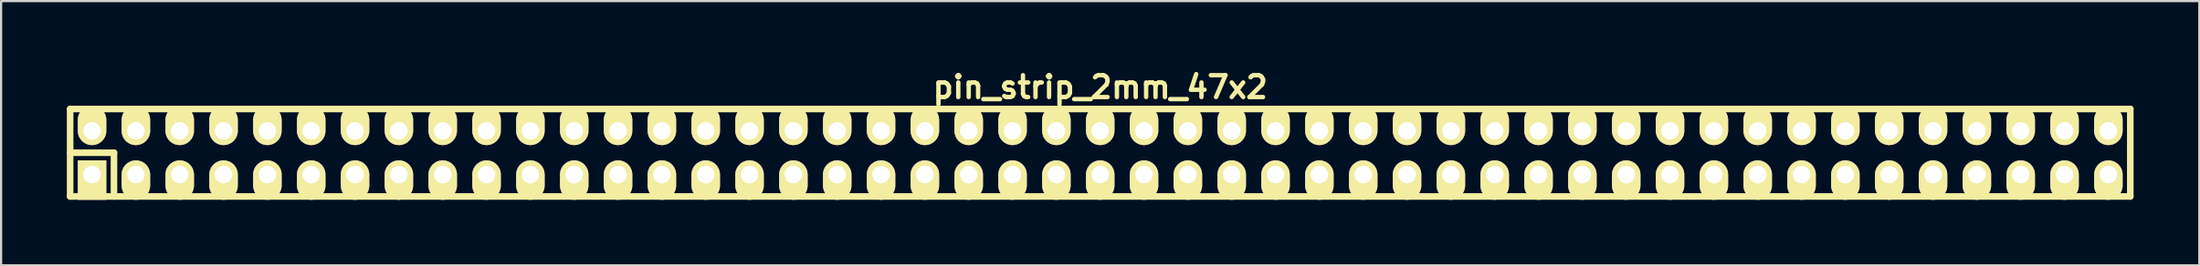
<source format=kicad_pcb>
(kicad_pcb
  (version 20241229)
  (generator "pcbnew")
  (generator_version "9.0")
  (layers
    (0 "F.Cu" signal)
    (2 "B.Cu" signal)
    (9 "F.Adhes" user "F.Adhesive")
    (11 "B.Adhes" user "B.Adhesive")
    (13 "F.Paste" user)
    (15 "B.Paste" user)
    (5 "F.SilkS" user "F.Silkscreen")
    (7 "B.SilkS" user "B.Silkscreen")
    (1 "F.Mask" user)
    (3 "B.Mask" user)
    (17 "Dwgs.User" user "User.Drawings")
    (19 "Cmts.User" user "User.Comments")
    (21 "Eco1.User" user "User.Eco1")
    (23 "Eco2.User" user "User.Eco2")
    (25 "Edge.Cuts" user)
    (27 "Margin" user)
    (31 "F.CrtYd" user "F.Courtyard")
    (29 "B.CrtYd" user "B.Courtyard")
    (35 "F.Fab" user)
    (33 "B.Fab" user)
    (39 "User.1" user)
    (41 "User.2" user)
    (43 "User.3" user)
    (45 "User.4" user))
  (footprint "pin_strip_2mm_47x2"
    (layer "F.Cu")
    (at 47.15 3.936)
    (property "Reference" "pin_strip_2mm_47x2" (at 0 -3 0) (layer "F.SilkS") (effects (font (size 1 1) (thickness 0.2))))
    (attr through_hole)
    (fp_line (start -47 -2) (end 47 -2) (stroke (width 0.3) (type solid)) (layer "F.SilkS"))
    (fp_line (start -47 0) (end -45 0) (stroke (width 0.3) (type solid)) (layer "F.SilkS"))
    (fp_line (start -47 2) (end -47 -2) (stroke (width 0.3) (type solid)) (layer "F.SilkS"))
    (fp_line (start -45 0) (end -45 2) (stroke (width 0.3) (type solid)) (layer "F.SilkS"))
    (fp_line (start 47 -2) (end 47 2) (stroke (width 0.3) (type solid)) (layer "F.SilkS"))
    (fp_line (start 47 2) (end -47 2) (stroke (width 0.3) (type solid)) (layer "F.SilkS"))
    (pad "1" thru_hole rect (at -46 1) (size 1.3 1.8) (drill 0.8 (offset 0 0.25)) (layers "*.Cu" "*.Mask" "F.SilkS"))
    (pad "2" thru_hole oval (at -46 -1) (size 1.3 1.8) (drill 0.8 (offset 0 -0.25)) (layers "*.Cu" "*.Mask" "F.SilkS"))
    (pad "3" thru_hole oval (at -44 1) (size 1.3 1.8) (drill 0.8 (offset 0 0.25)) (layers "*.Cu" "*.Mask" "F.SilkS"))
    (pad "4" thru_hole oval (at -44 -1) (size 1.3 1.8) (drill 0.8 (offset 0 -0.25)) (layers "*.Cu" "*.Mask" "F.SilkS"))
    (pad "5" thru_hole oval (at -42 1) (size 1.3 1.8) (drill 0.8 (offset 0 0.25)) (layers "*.Cu" "*.Mask" "F.SilkS"))
    (pad "6" thru_hole oval (at -42 -1) (size 1.3 1.8) (drill 0.8 (offset 0 -0.25)) (layers "*.Cu" "*.Mask" "F.SilkS"))
    (pad "7" thru_hole oval (at -40 1) (size 1.3 1.8) (drill 0.8 (offset 0 0.25)) (layers "*.Cu" "*.Mask" "F.SilkS"))
    (pad "8" thru_hole oval (at -40 -1) (size 1.3 1.8) (drill 0.8 (offset 0 -0.25)) (layers "*.Cu" "*.Mask" "F.SilkS"))
    (pad "9" thru_hole oval (at -38 1) (size 1.3 1.8) (drill 0.8 (offset 0 0.25)) (layers "*.Cu" "*.Mask" "F.SilkS"))
    (pad "10" thru_hole oval (at -38 -1) (size 1.3 1.8) (drill 0.8 (offset 0 -0.25)) (layers "*.Cu" "*.Mask" "F.SilkS"))
    (pad "11" thru_hole oval (at -36 1) (size 1.3 1.8) (drill 0.8 (offset 0 0.25)) (layers "*.Cu" "*.Mask" "F.SilkS"))
    (pad "12" thru_hole oval (at -36 -1) (size 1.3 1.8) (drill 0.8 (offset 0 -0.25)) (layers "*.Cu" "*.Mask" "F.SilkS"))
    (pad "13" thru_hole oval (at -34 1) (size 1.3 1.8) (drill 0.8 (offset 0 0.25)) (layers "*.Cu" "*.Mask" "F.SilkS"))
    (pad "14" thru_hole oval (at -34 -1) (size 1.3 1.8) (drill 0.8 (offset 0 -0.25)) (layers "*.Cu" "*.Mask" "F.SilkS"))
    (pad "15" thru_hole oval (at -32 1) (size 1.3 1.8) (drill 0.8 (offset 0 0.25)) (layers "*.Cu" "*.Mask" "F.SilkS"))
    (pad "16" thru_hole oval (at -32 -1) (size 1.3 1.8) (drill 0.8 (offset 0 -0.25)) (layers "*.Cu" "*.Mask" "F.SilkS"))
    (pad "17" thru_hole oval (at -30 1) (size 1.3 1.8) (drill 0.8 (offset 0 0.25)) (layers "*.Cu" "*.Mask" "F.SilkS"))
    (pad "18" thru_hole oval (at -30 -1) (size 1.3 1.8) (drill 0.8 (offset 0 -0.25)) (layers "*.Cu" "*.Mask" "F.SilkS"))
    (pad "19" thru_hole oval (at -28 1) (size 1.3 1.8) (drill 0.8 (offset 0 0.25)) (layers "*.Cu" "*.Mask" "F.SilkS"))
    (pad "20" thru_hole oval (at -28 -1) (size 1.3 1.8) (drill 0.8 (offset 0 -0.25)) (layers "*.Cu" "*.Mask" "F.SilkS"))
    (pad "21" thru_hole oval (at -26 1) (size 1.3 1.8) (drill 0.8 (offset 0 0.25)) (layers "*.Cu" "*.Mask" "F.SilkS"))
    (pad "22" thru_hole oval (at -26 -1) (size 1.3 1.8) (drill 0.8 (offset 0 -0.25)) (layers "*.Cu" "*.Mask" "F.SilkS"))
    (pad "23" thru_hole oval (at -24 1) (size 1.3 1.8) (drill 0.8 (offset 0 0.25)) (layers "*.Cu" "*.Mask" "F.SilkS"))
    (pad "24" thru_hole oval (at -24 -1) (size 1.3 1.8) (drill 0.8 (offset 0 -0.25)) (layers "*.Cu" "*.Mask" "F.SilkS"))
    (pad "25" thru_hole oval (at -22 1) (size 1.3 1.8) (drill 0.8 (offset 0 0.25)) (layers "*.Cu" "*.Mask" "F.SilkS"))
    (pad "26" thru_hole oval (at -22 -1) (size 1.3 1.8) (drill 0.8 (offset 0 -0.25)) (layers "*.Cu" "*.Mask" "F.SilkS"))
    (pad "27" thru_hole oval (at -20 1) (size 1.3 1.8) (drill 0.8 (offset 0 0.25)) (layers "*.Cu" "*.Mask" "F.SilkS"))
    (pad "28" thru_hole oval (at -20 -1) (size 1.3 1.8) (drill 0.8 (offset 0 -0.25)) (layers "*.Cu" "*.Mask" "F.SilkS"))
    (pad "29" thru_hole oval (at -18 1) (size 1.3 1.8) (drill 0.8 (offset 0 0.25)) (layers "*.Cu" "*.Mask" "F.SilkS"))
    (pad "30" thru_hole oval (at -18 -1) (size 1.3 1.8) (drill 0.8 (offset 0 -0.25)) (layers "*.Cu" "*.Mask" "F.SilkS"))
    (pad "31" thru_hole oval (at -16 1) (size 1.3 1.8) (drill 0.8 (offset 0 0.25)) (layers "*.Cu" "*.Mask" "F.SilkS"))
    (pad "32" thru_hole oval (at -16 -1) (size 1.3 1.8) (drill 0.8 (offset 0 -0.25)) (layers "*.Cu" "*.Mask" "F.SilkS"))
    (pad "33" thru_hole oval (at -14 1) (size 1.3 1.8) (drill 0.8 (offset 0 0.25)) (layers "*.Cu" "*.Mask" "F.SilkS"))
    (pad "34" thru_hole oval (at -14 -1) (size 1.3 1.8) (drill 0.8 (offset 0 -0.25)) (layers "*.Cu" "*.Mask" "F.SilkS"))
    (pad "35" thru_hole oval (at -12 1) (size 1.3 1.8) (drill 0.8 (offset 0 0.25)) (layers "*.Cu" "*.Mask" "F.SilkS"))
    (pad "36" thru_hole oval (at -12 -1) (size 1.3 1.8) (drill 0.8 (offset 0 -0.25)) (layers "*.Cu" "*.Mask" "F.SilkS"))
    (pad "37" thru_hole oval (at -10 1) (size 1.3 1.8) (drill 0.8 (offset 0 0.25)) (layers "*.Cu" "*.Mask" "F.SilkS"))
    (pad "38" thru_hole oval (at -10 -1) (size 1.3 1.8) (drill 0.8 (offset 0 -0.25)) (layers "*.Cu" "*.Mask" "F.SilkS"))
    (pad "39" thru_hole oval (at -8 1) (size 1.3 1.8) (drill 0.8 (offset 0 0.25)) (layers "*.Cu" "*.Mask" "F.SilkS"))
    (pad "40" thru_hole oval (at -8 -1) (size 1.3 1.8) (drill 0.8 (offset 0 -0.25)) (layers "*.Cu" "*.Mask" "F.SilkS"))
    (pad "41" thru_hole oval (at -6 1) (size 1.3 1.8) (drill 0.8 (offset 0 0.25)) (layers "*.Cu" "*.Mask" "F.SilkS"))
    (pad "42" thru_hole oval (at -6 -1) (size 1.3 1.8) (drill 0.8 (offset 0 -0.25)) (layers "*.Cu" "*.Mask" "F.SilkS"))
    (pad "43" thru_hole oval (at -4 1) (size 1.3 1.8) (drill 0.8 (offset 0 0.25)) (layers "*.Cu" "*.Mask" "F.SilkS"))
    (pad "44" thru_hole oval (at -4 -1) (size 1.3 1.8) (drill 0.8 (offset 0 -0.25)) (layers "*.Cu" "*.Mask" "F.SilkS"))
    (pad "45" thru_hole oval (at -2 1) (size 1.3 1.8) (drill 0.8 (offset 0 0.25)) (layers "*.Cu" "*.Mask" "F.SilkS"))
    (pad "46" thru_hole oval (at -2 -1) (size 1.3 1.8) (drill 0.8 (offset 0 -0.25)) (layers "*.Cu" "*.Mask" "F.SilkS"))
    (pad "47" thru_hole oval (at 0 1) (size 1.3 1.8) (drill 0.8 (offset 0 0.25)) (layers "*.Cu" "*.Mask" "F.SilkS"))
    (pad "48" thru_hole oval (at 0 -1) (size 1.3 1.8) (drill 0.8 (offset 0 -0.25)) (layers "*.Cu" "*.Mask" "F.SilkS"))
    (pad "49" thru_hole oval (at 2 1) (size 1.3 1.8) (drill 0.8 (offset 0 0.25)) (layers "*.Cu" "*.Mask" "F.SilkS"))
    (pad "50" thru_hole oval (at 2 -1) (size 1.3 1.8) (drill 0.8 (offset 0 -0.25)) (layers "*.Cu" "*.Mask" "F.SilkS"))
    (pad "51" thru_hole oval (at 4 1) (size 1.3 1.8) (drill 0.8 (offset 0 0.25)) (layers "*.Cu" "*.Mask" "F.SilkS"))
    (pad "52" thru_hole oval (at 4 -1) (size 1.3 1.8) (drill 0.8 (offset 0 -0.25)) (layers "*.Cu" "*.Mask" "F.SilkS"))
    (pad "53" thru_hole oval (at 6 1) (size 1.3 1.8) (drill 0.8 (offset 0 0.25)) (layers "*.Cu" "*.Mask" "F.SilkS"))
    (pad "54" thru_hole oval (at 6 -1) (size 1.3 1.8) (drill 0.8 (offset 0 -0.25)) (layers "*.Cu" "*.Mask" "F.SilkS"))
    (pad "55" thru_hole oval (at 8 1) (size 1.3 1.8) (drill 0.8 (offset 0 0.25)) (layers "*.Cu" "*.Mask" "F.SilkS"))
    (pad "56" thru_hole oval (at 8 -1) (size 1.3 1.8) (drill 0.8 (offset 0 -0.25)) (layers "*.Cu" "*.Mask" "F.SilkS"))
    (pad "57" thru_hole oval (at 10 1) (size 1.3 1.8) (drill 0.8 (offset 0 0.25)) (layers "*.Cu" "*.Mask" "F.SilkS"))
    (pad "58" thru_hole oval (at 10 -1) (size 1.3 1.8) (drill 0.8 (offset 0 -0.25)) (layers "*.Cu" "*.Mask" "F.SilkS"))
    (pad "59" thru_hole oval (at 12 1) (size 1.3 1.8) (drill 0.8 (offset 0 0.25)) (layers "*.Cu" "*.Mask" "F.SilkS"))
    (pad "60" thru_hole oval (at 12 -1) (size 1.3 1.8) (drill 0.8 (offset 0 -0.25)) (layers "*.Cu" "*.Mask" "F.SilkS"))
    (pad "61" thru_hole oval (at 14 1) (size 1.3 1.8) (drill 0.8 (offset 0 0.25)) (layers "*.Cu" "*.Mask" "F.SilkS"))
    (pad "62" thru_hole oval (at 14 -1) (size 1.3 1.8) (drill 0.8 (offset 0 -0.25)) (layers "*.Cu" "*.Mask" "F.SilkS"))
    (pad "63" thru_hole oval (at 16 1) (size 1.3 1.8) (drill 0.8 (offset 0 0.25)) (layers "*.Cu" "*.Mask" "F.SilkS"))
    (pad "64" thru_hole oval (at 16 -1) (size 1.3 1.8) (drill 0.8 (offset 0 -0.25)) (layers "*.Cu" "*.Mask" "F.SilkS"))
    (pad "65" thru_hole oval (at 18 1) (size 1.3 1.8) (drill 0.8 (offset 0 0.25)) (layers "*.Cu" "*.Mask" "F.SilkS"))
    (pad "66" thru_hole oval (at 18 -1) (size 1.3 1.8) (drill 0.8 (offset 0 -0.25)) (layers "*.Cu" "*.Mask" "F.SilkS"))
    (pad "67" thru_hole oval (at 20 1) (size 1.3 1.8) (drill 0.8 (offset 0 0.25)) (layers "*.Cu" "*.Mask" "F.SilkS"))
    (pad "68" thru_hole oval (at 20 -1) (size 1.3 1.8) (drill 0.8 (offset 0 -0.25)) (layers "*.Cu" "*.Mask" "F.SilkS"))
    (pad "69" thru_hole oval (at 22 1) (size 1.3 1.8) (drill 0.8 (offset 0 0.25)) (layers "*.Cu" "*.Mask" "F.SilkS"))
    (pad "70" thru_hole oval (at 22 -1) (size 1.3 1.8) (drill 0.8 (offset 0 -0.25)) (layers "*.Cu" "*.Mask" "F.SilkS"))
    (pad "71" thru_hole oval (at 24 1) (size 1.3 1.8) (drill 0.8 (offset 0 0.25)) (layers "*.Cu" "*.Mask" "F.SilkS"))
    (pad "72" thru_hole oval (at 24 -1) (size 1.3 1.8) (drill 0.8 (offset 0 -0.25)) (layers "*.Cu" "*.Mask" "F.SilkS"))
    (pad "73" thru_hole oval (at 26 1) (size 1.3 1.8) (drill 0.8 (offset 0 0.25)) (layers "*.Cu" "*.Mask" "F.SilkS"))
    (pad "74" thru_hole oval (at 26 -1) (size 1.3 1.8) (drill 0.8 (offset 0 -0.25)) (layers "*.Cu" "*.Mask" "F.SilkS"))
    (pad "75" thru_hole oval (at 28 1) (size 1.3 1.8) (drill 0.8 (offset 0 0.25)) (layers "*.Cu" "*.Mask" "F.SilkS"))
    (pad "76" thru_hole oval (at 28 -1) (size 1.3 1.8) (drill 0.8 (offset 0 -0.25)) (layers "*.Cu" "*.Mask" "F.SilkS"))
    (pad "77" thru_hole oval (at 30 1) (size 1.3 1.8) (drill 0.8 (offset 0 0.25)) (layers "*.Cu" "*.Mask" "F.SilkS"))
    (pad "78" thru_hole oval (at 30 -1) (size 1.3 1.8) (drill 0.8 (offset 0 -0.25)) (layers "*.Cu" "*.Mask" "F.SilkS"))
    (pad "79" thru_hole oval (at 32 1) (size 1.3 1.8) (drill 0.8 (offset 0 0.25)) (layers "*.Cu" "*.Mask" "F.SilkS"))
    (pad "80" thru_hole oval (at 32 -1) (size 1.3 1.8) (drill 0.8 (offset 0 -0.25)) (layers "*.Cu" "*.Mask" "F.SilkS"))
    (pad "81" thru_hole oval (at 34 1) (size 1.3 1.8) (drill 0.8 (offset 0 0.25)) (layers "*.Cu" "*.Mask" "F.SilkS"))
    (pad "82" thru_hole oval (at 34 -1) (size 1.3 1.8) (drill 0.8 (offset 0 -0.25)) (layers "*.Cu" "*.Mask" "F.SilkS"))
    (pad "83" thru_hole oval (at 36 1) (size 1.3 1.8) (drill 0.8 (offset 0 0.25)) (layers "*.Cu" "*.Mask" "F.SilkS"))
    (pad "84" thru_hole oval (at 36 -1) (size 1.3 1.8) (drill 0.8 (offset 0 -0.25)) (layers "*.Cu" "*.Mask" "F.SilkS"))
    (pad "85" thru_hole oval (at 38 1) (size 1.3 1.8) (drill 0.8 (offset 0 0.25)) (layers "*.Cu" "*.Mask" "F.SilkS"))
    (pad "86" thru_hole oval (at 38 -1) (size 1.3 1.8) (drill 0.8 (offset 0 -0.25)) (layers "*.Cu" "*.Mask" "F.SilkS"))
    (pad "87" thru_hole oval (at 40 1) (size 1.3 1.8) (drill 0.8 (offset 0 0.25)) (layers "*.Cu" "*.Mask" "F.SilkS"))
    (pad "88" thru_hole oval (at 40 -1) (size 1.3 1.8) (drill 0.8 (offset 0 -0.25)) (layers "*.Cu" "*.Mask" "F.SilkS"))
    (pad "89" thru_hole oval (at 42 1) (size 1.3 1.8) (drill 0.8 (offset 0 0.25)) (layers "*.Cu" "*.Mask" "F.SilkS"))
    (pad "90" thru_hole oval (at 42 -1) (size 1.3 1.8) (drill 0.8 (offset 0 -0.25)) (layers "*.Cu" "*.Mask" "F.SilkS"))
    (pad "91" thru_hole oval (at 44 1) (size 1.3 1.8) (drill 0.8 (offset 0 0.25)) (layers "*.Cu" "*.Mask" "F.SilkS"))
    (pad "92" thru_hole oval (at 44 -1) (size 1.3 1.8) (drill 0.8 (offset 0 -0.25)) (layers "*.Cu" "*.Mask" "F.SilkS"))
    (pad "93" thru_hole oval (at 46 1) (size 1.3 1.8) (drill 0.8 (offset 0 0.25)) (layers "*.Cu" "*.Mask" "F.SilkS"))
    (pad "94" thru_hole oval (at 46 -1) (size 1.3 1.8) (drill 0.8 (offset 0 -0.25)) (layers "*.Cu" "*.Mask" "F.SilkS")))
  (gr_rect
    (start -3 -3)
    (end 97.3 9.086)
    (stroke (width 0.1) (type default))
    (fill no)
    (layer "Edge.Cuts")))
</source>
